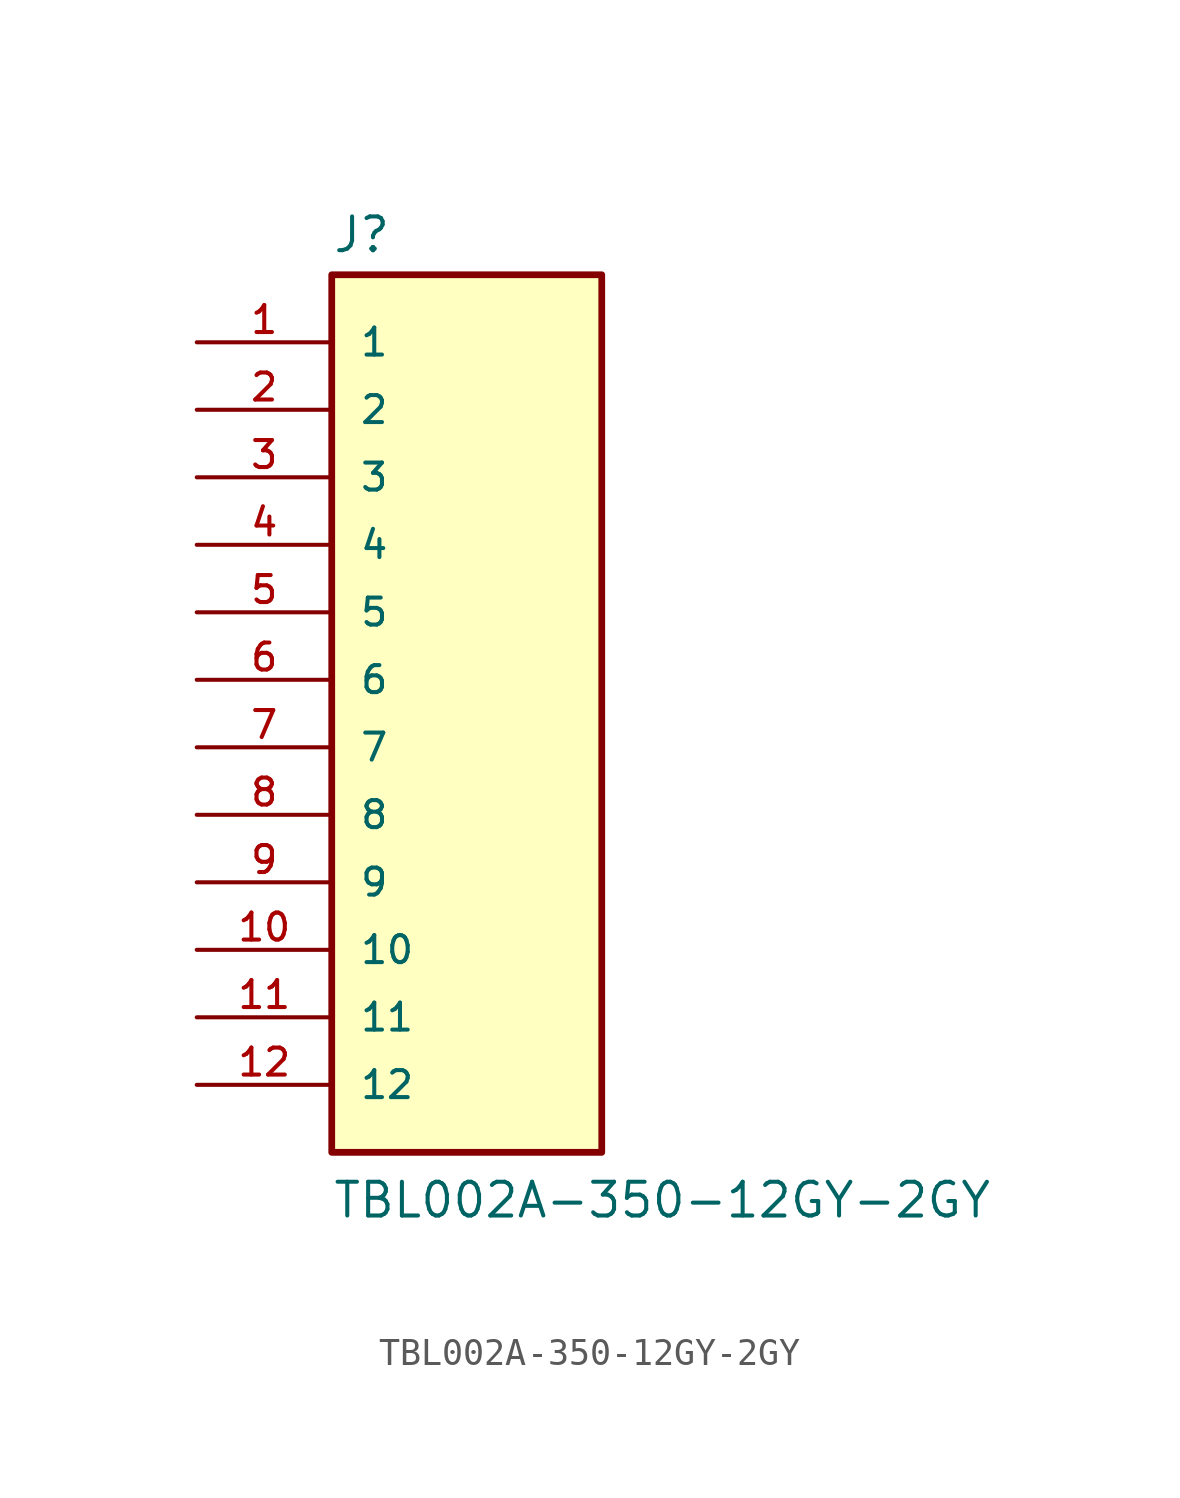
<source format=kicad_sym>
(kicad_symbol_lib
  (version 20211014)
  (generator kicad_symbol_editor)
  (symbol "TBL002A-350-12GY-2GY"
    (pin_names
      (offset 1.016))
    (property "Reference" "J"
      (at -5.08 16.002 0)
      (effects (font (size 1.27 1.27)) (justify bottom left)))
    (property "Value" "TBL002A-350-12GY-2GY"
      (at -5.08 -20.32 0)
      (effects (font (size 1.27 1.27)) (justify bottom left)))
    (symbol "TBL002A-350-12GY-2GY_0_0"
      (rectangle (start -5.08 -17.78) (end 5.08 15.24) (stroke (width 0.254)) (fill (type background)))
      (pin passive line (at -10.16 12.7 0) (length 5.08) (name "1" (effects (font (size 1.016 1.016)))) (number "1" (effects (font (size 1.016 1.016)))))
      (pin passive line (at -10.16 10.16 0) (length 5.08) (name "2" (effects (font (size 1.016 1.016)))) (number "2" (effects (font (size 1.016 1.016)))))
      (pin passive line (at -10.16 7.62 0) (length 5.08) (name "3" (effects (font (size 1.016 1.016)))) (number "3" (effects (font (size 1.016 1.016)))))
      (pin passive line (at -10.16 5.08 0) (length 5.08) (name "4" (effects (font (size 1.016 1.016)))) (number "4" (effects (font (size 1.016 1.016)))))
      (pin passive line (at -10.16 2.54 0) (length 5.08) (name "5" (effects (font (size 1.016 1.016)))) (number "5" (effects (font (size 1.016 1.016)))))
      (pin passive line (at -10.16 0.0 0) (length 5.08) (name "6" (effects (font (size 1.016 1.016)))) (number "6" (effects (font (size 1.016 1.016)))))
      (pin passive line (at -10.16 -2.54 0) (length 5.08) (name "7" (effects (font (size 1.016 1.016)))) (number "7" (effects (font (size 1.016 1.016)))))
      (pin passive line (at -10.16 -5.08 0) (length 5.08) (name "8" (effects (font (size 1.016 1.016)))) (number "8" (effects (font (size 1.016 1.016)))))
      (pin passive line (at -10.16 -7.62 0) (length 5.08) (name "9" (effects (font (size 1.016 1.016)))) (number "9" (effects (font (size 1.016 1.016)))))
      (pin passive line (at -10.16 -10.16 0) (length 5.08) (name "10" (effects (font (size 1.016 1.016)))) (number "10" (effects (font (size 1.016 1.016)))))
      (pin passive line (at -10.16 -12.7 0) (length 5.08) (name "11" (effects (font (size 1.016 1.016)))) (number "11" (effects (font (size 1.016 1.016)))))
      (pin passive line (at -10.16 -15.24 0) (length 5.08) (name "12" (effects (font (size 1.016 1.016)))) (number "12" (effects (font (size 1.016 1.016))))))))
</source>
